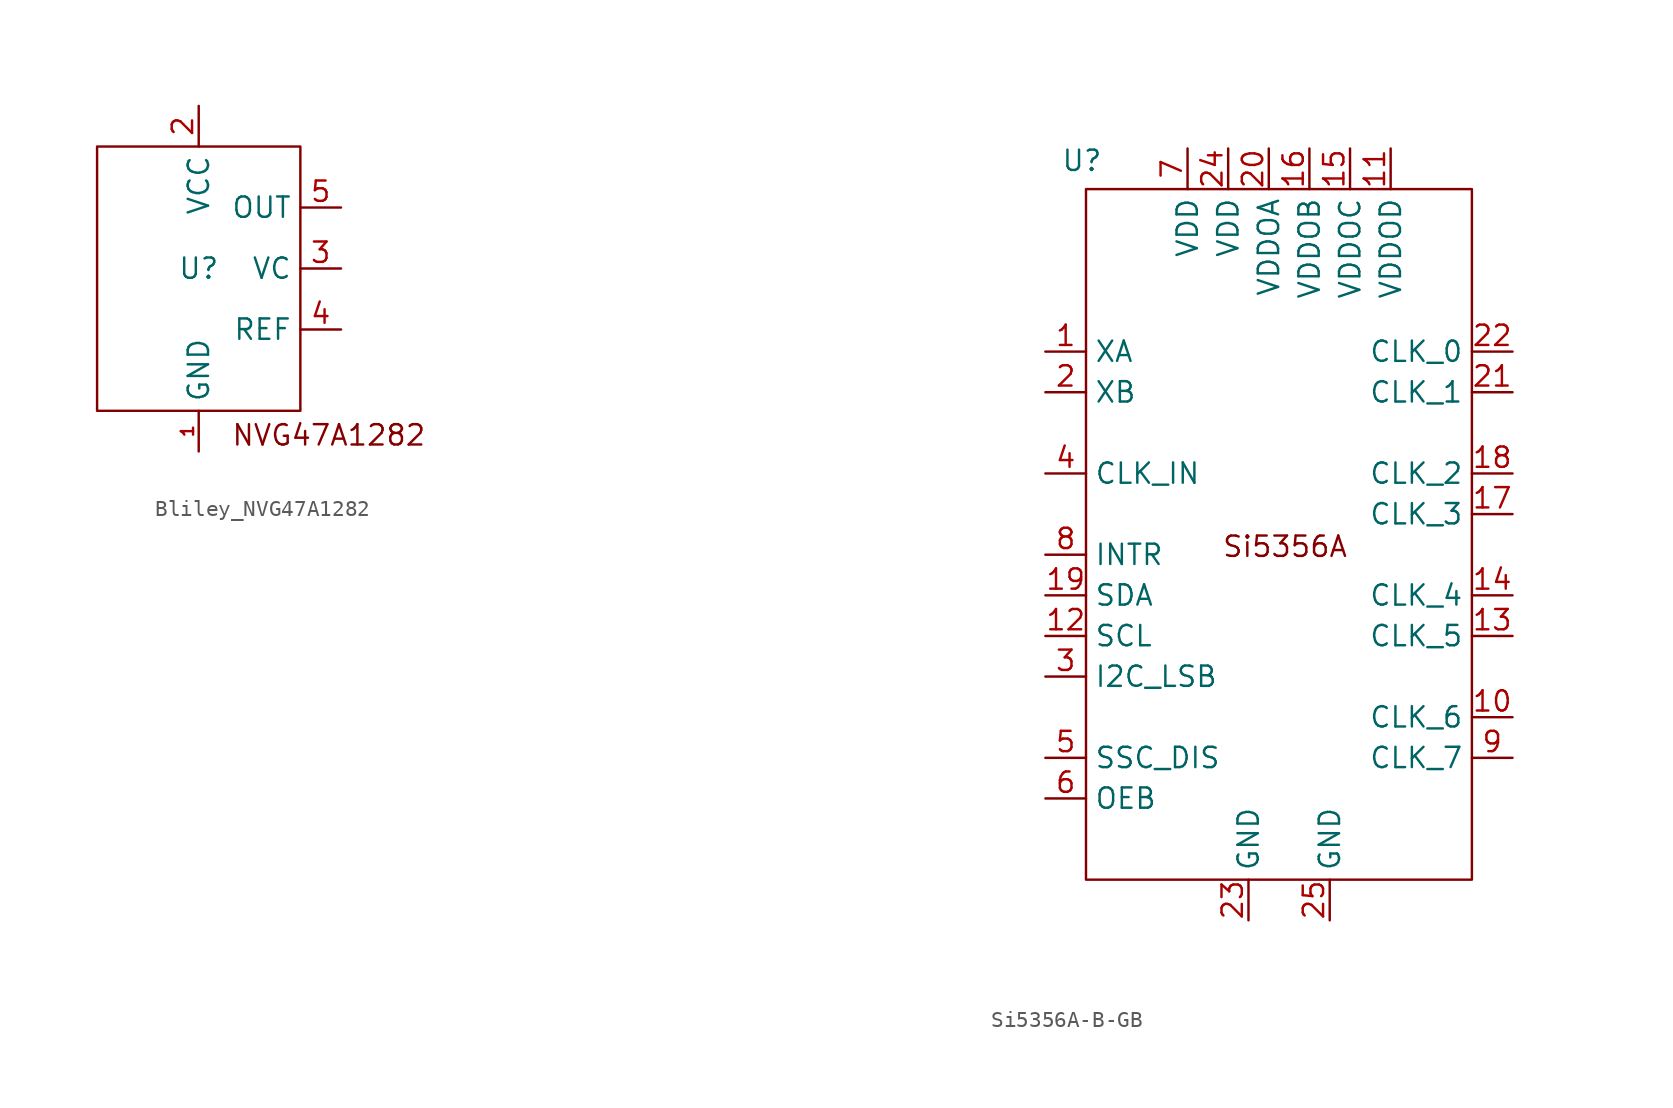
<source format=kicad_sym>
(kicad_symbol_lib
  (version 20231120)
  (generator "kicad_symbol_editor")
  (generator_version "8.0")
  (symbol "Bliley_NVG47A1282"
    (property "Reference" "U"
      (at 0 0 0)
      (effects (font (size 1.27 1.27))))
    (property "Value" ""
      (at 0 1.27 0)
      (effects (font (size 1.27 1.27))))
    (symbol "Bliley_NVG47A1282_0_1"
      (rectangle (start -6.35 7.62) (end 6.35 -8.89) (stroke (width 0) (type default)) (fill (type none))))
    (symbol "Bliley_NVG47A1282_1_1"
      (text "NVG47A1282" (at 8.128 -10.414 0) (effects (font (size 1.27 1.27))))
      (pin power_in line (at 0 -11.43 90) (length 2.54) (name "GND" (effects (font (size 1.27 1.27)))) (number "1" (effects (font (size 0.762 0.762)))))
      (pin power_in line (at 0 10.16 270) (length 2.54) (name "VCC" (effects (font (size 1.27 1.27)))) (number "2" (effects (font (size 1.27 1.27)))))
      (pin input line (at 8.89 0 180) (length 2.54) (name "VC" (effects (font (size 1.27 1.27)))) (number "3" (effects (font (size 1.27 1.27)))))
      (pin output line (at 8.89 -3.81 180) (length 2.54) (name "REF" (effects (font (size 1.27 1.27)))) (number "4" (effects (font (size 1.27 1.27)))))
      (pin output line (at 8.89 3.81 180) (length 2.54) (name "OUT" (effects (font (size 1.27 1.27)))) (number "5" (effects (font (size 1.27 1.27)))))))
  (symbol "Si5356A-B-GB"
    (property "Reference" "U"
      (at -12.954 22.098 0)
      (effects (font (size 1.27 1.27))))
    (property "Value" ""
      (at -41.91 -6.35 90)
      (effects (font (size 1.27 1.27))))
    (symbol "Si5356A-B-GB_0_1"
      (rectangle (start -12.7 20.32) (end 11.43 -22.86) (stroke (width 0) (type default)) (fill (type none))))
    (symbol "Si5356A-B-GB_1_1"
      (text "Si5356A" (at -0.254 -2.032 0) (effects (font (size 1.27 1.27))))
      (pin input line (at -15.24 10.16 0) (length 2.54) (name "XA" (effects (font (size 1.27 1.27)))) (number "1" (effects (font (size 1.27 1.27)))))
      (pin output line (at 13.97 -12.7 180) (length 2.54) (name "CLK_6" (effects (font (size 1.27 1.27)))) (number "10" (effects (font (size 1.27 1.27)))))
      (pin power_in line (at 6.35 22.86 270) (length 2.54) (name "VDDOD" (effects (font (size 1.27 1.27)))) (number "11" (effects (font (size 1.27 1.27)))))
      (pin input line (at -15.24 -7.62 0) (length 2.54) (name "SCL" (effects (font (size 1.27 1.27)))) (number "12" (effects (font (size 1.27 1.27)))))
      (pin output line (at 13.97 -7.62 180) (length 2.54) (name "CLK_5" (effects (font (size 1.27 1.27)))) (number "13" (effects (font (size 1.27 1.27)))))
      (pin output line (at 13.97 -5.08 180) (length 2.54) (name "CLK_4" (effects (font (size 1.27 1.27)))) (number "14" (effects (font (size 1.27 1.27)))))
      (pin power_in line (at 3.81 22.86 270) (length 2.54) (name "VDDOC" (effects (font (size 1.27 1.27)))) (number "15" (effects (font (size 1.27 1.27)))))
      (pin power_in line (at 1.27 22.86 270) (length 2.54) (name "VDDOB" (effects (font (size 1.27 1.27)))) (number "16" (effects (font (size 1.27 1.27)))))
      (pin output line (at 13.97 0 180) (length 2.54) (name "CLK_3" (effects (font (size 1.27 1.27)))) (number "17" (effects (font (size 1.27 1.27)))))
      (pin output line (at 13.97 2.54 180) (length 2.54) (name "CLK_2" (effects (font (size 1.27 1.27)))) (number "18" (effects (font (size 1.27 1.27)))))
      (pin bidirectional line (at -15.24 -5.08 0) (length 2.54) (name "SDA" (effects (font (size 1.27 1.27)))) (number "19" (effects (font (size 1.27 1.27)))))
      (pin input line (at -15.24 7.62 0) (length 2.54) (name "XB" (effects (font (size 1.27 1.27)))) (number "2" (effects (font (size 1.27 1.27)))))
      (pin power_in line (at -1.27 22.86 270) (length 2.54) (name "VDDOA" (effects (font (size 1.27 1.27)))) (number "20" (effects (font (size 1.27 1.27)))))
      (pin output line (at 13.97 7.62 180) (length 2.54) (name "CLK_1" (effects (font (size 1.27 1.27)))) (number "21" (effects (font (size 1.27 1.27)))))
      (pin output line (at 13.97 10.16 180) (length 2.54) (name "CLK_0" (effects (font (size 1.27 1.27)))) (number "22" (effects (font (size 1.27 1.27)))))
      (pin power_in line (at -2.54 -25.4 90) (length 2.54) (name "GND" (effects (font (size 1.27 1.27)))) (number "23" (effects (font (size 1.27 1.27)))))
      (pin power_in line (at -3.81 22.86 270) (length 2.54) (name "VDD" (effects (font (size 1.27 1.27)))) (number "24" (effects (font (size 1.27 1.27)))))
      (pin power_in line (at 2.54 -25.4 90) (length 2.54) (name "GND" (effects (font (size 1.27 1.27)))) (number "25" (effects (font (size 1.27 1.27)))))
      (pin bidirectional line (at -15.24 -10.16 0) (length 2.54) (name "I2C_LSB" (effects (font (size 1.27 1.27)))) (number "3" (effects (font (size 1.27 1.27)))))
      (pin input line (at -15.24 2.54 0) (length 2.54) (name "CLK_IN" (effects (font (size 1.27 1.27)))) (number "4" (effects (font (size 1.27 1.27)))))
      (pin input line (at -15.24 -15.24 0) (length 2.54) (name "SSC_DIS" (effects (font (size 1.27 1.27)))) (number "5" (effects (font (size 1.27 1.27)))))
      (pin output line (at -15.24 -17.78 0) (length 2.54) (name "OEB" (effects (font (size 1.27 1.27)))) (number "6" (effects (font (size 1.27 1.27)))))
      (pin power_in line (at -6.35 22.86 270) (length 2.54) (name "VDD" (effects (font (size 1.27 1.27)))) (number "7" (effects (font (size 1.27 1.27)))))
      (pin output line (at -15.24 -2.54 0) (length 2.54) (name "INTR" (effects (font (size 1.27 1.27)))) (number "8" (effects (font (size 1.27 1.27)))))
      (pin output line (at 13.97 -15.24 180) (length 2.54) (name "CLK_7" (effects (font (size 1.27 1.27)))) (number "9" (effects (font (size 1.27 1.27))))))))
</source>
